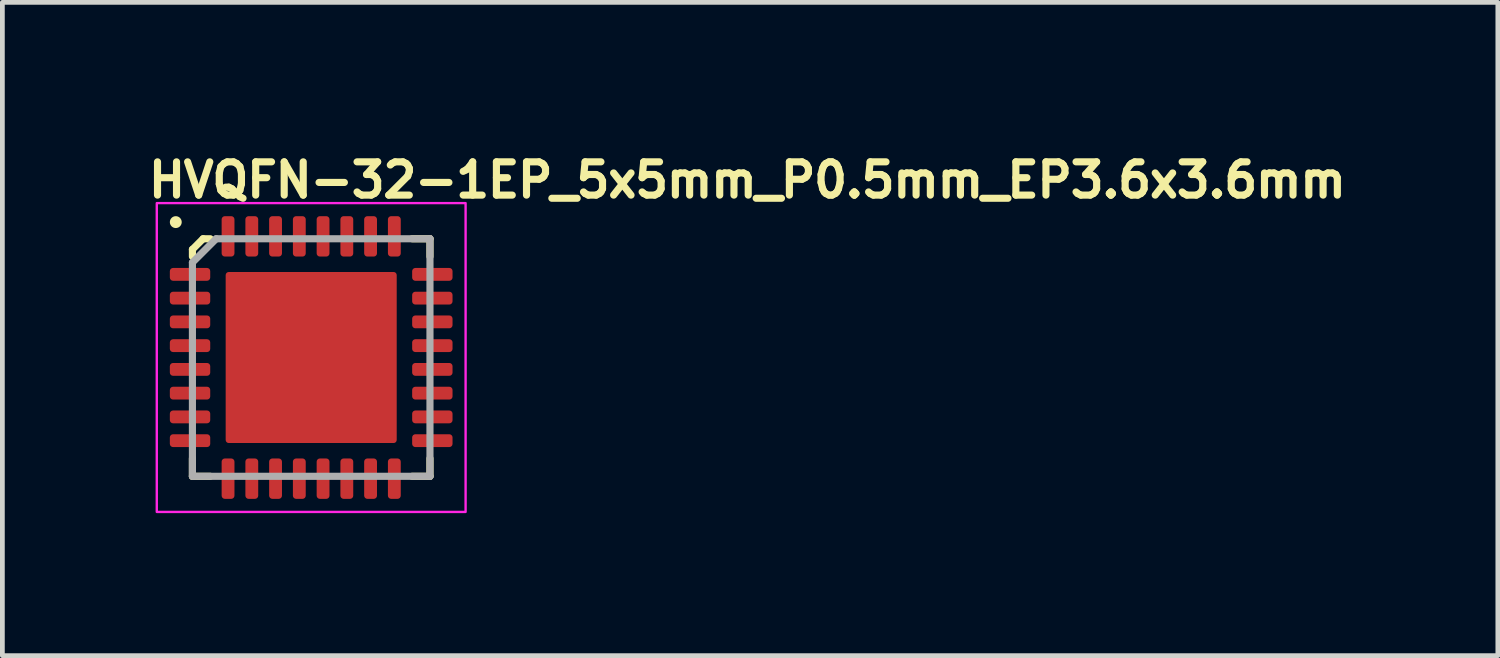
<source format=kicad_pcb>
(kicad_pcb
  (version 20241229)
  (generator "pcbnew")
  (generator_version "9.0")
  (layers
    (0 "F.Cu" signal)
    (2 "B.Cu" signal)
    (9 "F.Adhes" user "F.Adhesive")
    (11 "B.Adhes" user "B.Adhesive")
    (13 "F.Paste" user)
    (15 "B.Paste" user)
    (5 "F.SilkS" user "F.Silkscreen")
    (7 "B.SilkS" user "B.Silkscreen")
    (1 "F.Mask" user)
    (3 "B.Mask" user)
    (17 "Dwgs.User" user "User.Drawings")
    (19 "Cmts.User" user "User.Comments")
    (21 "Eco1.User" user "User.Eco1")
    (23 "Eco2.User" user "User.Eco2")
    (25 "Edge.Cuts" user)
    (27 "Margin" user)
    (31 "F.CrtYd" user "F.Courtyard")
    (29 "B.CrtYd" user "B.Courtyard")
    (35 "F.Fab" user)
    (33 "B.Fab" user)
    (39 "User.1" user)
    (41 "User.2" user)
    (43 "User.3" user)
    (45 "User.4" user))
  (footprint "HVQFN-32-1EP_5x5mm_P0.5mm_EP3.6x3.6mm"
    (layer "F.Cu")
    (at 3.5 4.475)
    (property "Reference" "HVQFN-32-1EP_5x5mm_P0.5mm_EP3.6x3.6mm" (at -3.5 -3.325 0) (layer "F.SilkS") (effects (font (size 0.7 0.7) (thickness 0.15)) (justify left bottom)))
    (attr smd)
    (fp_line (start -2.5 -2.275) (end -2.275 -2.5) (stroke (width 0.15) (type solid)) (layer "F.SilkS"))
    (fp_line (start -2.5 -2.125) (end -2.5 -2.275) (stroke (width 0.15) (type solid)) (layer "F.SilkS"))
    (fp_line (start -2.5 2.125) (end -2.5 2.5) (stroke (width 0.15) (type solid)) (layer "F.SilkS"))
    (fp_line (start -2.125 -2.5) (end -2.275 -2.5) (stroke (width 0.15) (type solid)) (layer "F.SilkS"))
    (fp_line (start -2.125 2.5) (end -2.5 2.5) (stroke (width 0.15) (type solid)) (layer "F.SilkS"))
    (fp_line (start 2.125 -2.5) (end 2.5 -2.5) (stroke (width 0.15) (type solid)) (layer "F.SilkS"))
    (fp_line (start 2.125 2.5) (end 2.5 2.5) (stroke (width 0.15) (type solid)) (layer "F.SilkS"))
    (fp_line (start 2.5 -2.125) (end 2.5 -2.5) (stroke (width 0.15) (type solid)) (layer "F.SilkS"))
    (fp_line (start 2.5 2.125) (end 2.5 2.5) (stroke (width 0.15) (type solid)) (layer "F.SilkS"))
    (fp_circle (center -2.85 -2.85) (end -2.8 -2.85) (stroke (width 0.15) (type solid)) (fill yes) (layer "F.SilkS"))
    (fp_rect (start -3.25 -3.25) (end 3.25 3.25) (stroke (width 0.05) (type solid)) (fill no) (layer "F.CrtYd"))
    (fp_line (start -2.5 -2) (end -2 -2.5) (stroke (width 0.15) (type solid)) (layer "F.Fab"))
    (fp_line (start -2.5 2.5) (end -2.5 -2) (stroke (width 0.15) (type solid)) (layer "F.Fab"))
    (fp_line (start -2 -2.5) (end 2.5 -2.5) (stroke (width 0.15) (type solid)) (layer "F.Fab"))
    (fp_line (start 2.5 -2.5) (end 2.5 2.5) (stroke (width 0.15) (type solid)) (layer "F.Fab"))
    (fp_line (start 2.5 2.5) (end -2.5 2.5) (stroke (width 0.15) (type solid)) (layer "F.Fab"))
    (fp_rect (start -2.5 -2.5) (end 2.5 2.5) (stroke (width 0.1) (type solid)) (fill no) (layer "User.5"))
    (fp_line (start -2.5 -2.5) (end -2.5 2.5) (stroke (width 0.02) (type solid)) (layer "User.9"))
    (fp_line (start -2.5 2.5) (end 2.5 2.5) (stroke (width 0.02) (type solid)) (layer "User.9"))
    (fp_line (start 2.5 -2.5) (end -2.5 -2.5) (stroke (width 0.02) (type solid)) (layer "User.9"))
    (fp_line (start 2.5 2.5) (end 2.5 -2.5) (stroke (width 0.02) (type solid)) (layer "User.9"))
    (fp_circle (center -1.95 -1.95) (end -1.699 -1.95) (stroke (width 0.02) (type default)) (fill no) (layer "User.9"))
    (pad "" smd roundrect (at -1.2 -1.2) (size 1 1) (layers "F.Paste") (roundrect_rratio 0.2))
    (pad "" smd roundrect (at -1.2 0) (size 1 1) (layers "F.Paste") (roundrect_rratio 0.2))
    (pad "" smd roundrect (at -1.2 1.2) (size 1 1) (layers "F.Paste") (roundrect_rratio 0.2))
    (pad "" smd roundrect (at 0 -1.2) (size 1 1) (layers "F.Paste") (roundrect_rratio 0.2))
    (pad "" smd roundrect (at 0 0) (size 1 1) (layers "F.Paste") (roundrect_rratio 0.2))
    (pad "" smd roundrect (at 0 1.2) (size 1 1) (layers "F.Paste") (roundrect_rratio 0.2))
    (pad "" smd roundrect (at 1.2 -1.2) (size 1 1) (layers "F.Paste") (roundrect_rratio 0.2))
    (pad "" smd roundrect (at 1.2 0) (size 1 1) (layers "F.Paste") (roundrect_rratio 0.2))
    (pad "" smd roundrect (at 1.2 1.2) (size 1 1) (layers "F.Paste") (roundrect_rratio 0.2))
    (pad "1" smd roundrect (at -2.55 -1.75 90) (size 0.27 0.85) (layers "F.Cu" "F.Mask" "F.Paste") (roundrect_rratio 0.25))
    (pad "2" smd roundrect (at -2.55 -1.25 90) (size 0.27 0.85) (layers "F.Cu" "F.Mask" "F.Paste") (roundrect_rratio 0.25))
    (pad "3" smd roundrect (at -2.55 -0.75 90) (size 0.27 0.85) (layers "F.Cu" "F.Mask" "F.Paste") (roundrect_rratio 0.25))
    (pad "4" smd roundrect (at -2.55 -0.25 90) (size 0.27 0.85) (layers "F.Cu" "F.Mask" "F.Paste") (roundrect_rratio 0.25))
    (pad "5" smd roundrect (at -2.55 0.25 90) (size 0.27 0.85) (layers "F.Cu" "F.Mask" "F.Paste") (roundrect_rratio 0.25))
    (pad "6" smd roundrect (at -2.55 0.75 90) (size 0.27 0.85) (layers "F.Cu" "F.Mask" "F.Paste") (roundrect_rratio 0.25))
    (pad "7" smd roundrect (at -2.55 1.25 90) (size 0.27 0.85) (layers "F.Cu" "F.Mask" "F.Paste") (roundrect_rratio 0.25))
    (pad "8" smd roundrect (at -2.55 1.75 90) (size 0.27 0.85) (layers "F.Cu" "F.Mask" "F.Paste") (roundrect_rratio 0.25))
    (pad "9" smd roundrect (at -1.75 2.55) (size 0.27 0.85) (layers "F.Cu" "F.Mask" "F.Paste") (roundrect_rratio 0.25))
    (pad "10" smd roundrect (at -1.25 2.55) (size 0.27 0.85) (layers "F.Cu" "F.Mask" "F.Paste") (roundrect_rratio 0.25))
    (pad "11" smd roundrect (at -0.75 2.55) (size 0.27 0.85) (layers "F.Cu" "F.Mask" "F.Paste") (roundrect_rratio 0.25))
    (pad "12" smd roundrect (at -0.25 2.55) (size 0.27 0.85) (layers "F.Cu" "F.Mask" "F.Paste") (roundrect_rratio 0.25))
    (pad "13" smd roundrect (at 0.25 2.55) (size 0.27 0.85) (layers "F.Cu" "F.Mask" "F.Paste") (roundrect_rratio 0.25))
    (pad "14" smd roundrect (at 0.75 2.55) (size 0.27 0.85) (layers "F.Cu" "F.Mask" "F.Paste") (roundrect_rratio 0.25))
    (pad "15" smd roundrect (at 1.25 2.55) (size 0.27 0.85) (layers "F.Cu" "F.Mask" "F.Paste") (roundrect_rratio 0.25))
    (pad "16" smd roundrect (at 1.75 2.55) (size 0.27 0.85) (layers "F.Cu" "F.Mask" "F.Paste") (roundrect_rratio 0.25))
    (pad "17" smd roundrect (at 2.55 1.75 90) (size 0.27 0.85) (layers "F.Cu" "F.Mask" "F.Paste") (roundrect_rratio 0.25))
    (pad "18" smd roundrect (at 2.55 1.25 90) (size 0.27 0.85) (layers "F.Cu" "F.Mask" "F.Paste") (roundrect_rratio 0.25))
    (pad "19" smd roundrect (at 2.55 0.75 90) (size 0.27 0.85) (layers "F.Cu" "F.Mask" "F.Paste") (roundrect_rratio 0.25))
    (pad "20" smd roundrect (at 2.55 0.25 90) (size 0.27 0.85) (layers "F.Cu" "F.Mask" "F.Paste") (roundrect_rratio 0.25))
    (pad "21" smd roundrect (at 2.55 -0.25 90) (size 0.27 0.85) (layers "F.Cu" "F.Mask" "F.Paste") (roundrect_rratio 0.25))
    (pad "22" smd roundrect (at 2.55 -0.75 90) (size 0.27 0.85) (layers "F.Cu" "F.Mask" "F.Paste") (roundrect_rratio 0.25))
    (pad "23" smd roundrect (at 2.55 -1.25 90) (size 0.27 0.85) (layers "F.Cu" "F.Mask" "F.Paste") (roundrect_rratio 0.25))
    (pad "24" smd roundrect (at 2.55 -1.75 90) (size 0.27 0.85) (layers "F.Cu" "F.Mask" "F.Paste") (roundrect_rratio 0.25))
    (pad "25" smd roundrect (at 1.75 -2.55) (size 0.27 0.85) (layers "F.Cu" "F.Mask" "F.Paste") (roundrect_rratio 0.25))
    (pad "26" smd roundrect (at 1.25 -2.55) (size 0.27 0.85) (layers "F.Cu" "F.Mask" "F.Paste") (roundrect_rratio 0.25))
    (pad "27" smd roundrect (at 0.75 -2.55) (size 0.27 0.85) (layers "F.Cu" "F.Mask" "F.Paste") (roundrect_rratio 0.25))
    (pad "28" smd roundrect (at 0.25 -2.55) (size 0.27 0.85) (layers "F.Cu" "F.Mask" "F.Paste") (roundrect_rratio 0.25))
    (pad "29" smd roundrect (at -0.25 -2.55) (size 0.27 0.85) (layers "F.Cu" "F.Mask" "F.Paste") (roundrect_rratio 0.25))
    (pad "30" smd roundrect (at -0.75 -2.55) (size 0.27 0.85) (layers "F.Cu" "F.Mask" "F.Paste") (roundrect_rratio 0.25))
    (pad "31" smd roundrect (at -1.25 -2.55) (size 0.27 0.85) (layers "F.Cu" "F.Mask" "F.Paste") (roundrect_rratio 0.25))
    (pad "32" smd roundrect (at -1.75 -2.55) (size 0.27 0.85) (layers "F.Cu" "F.Mask" "F.Paste") (roundrect_rratio 0.25))
    (pad "33" smd roundrect (at 0 0) (size 3.6 3.6) (layers "F.Cu" "F.Mask") (roundrect_rratio 0.018)))
  (gr_rect
    (start -3 -3)
    (end 28.477 10.75)
    (stroke (width 0.1) (type default))
    (fill no)
    (layer "Edge.Cuts")))
</source>
